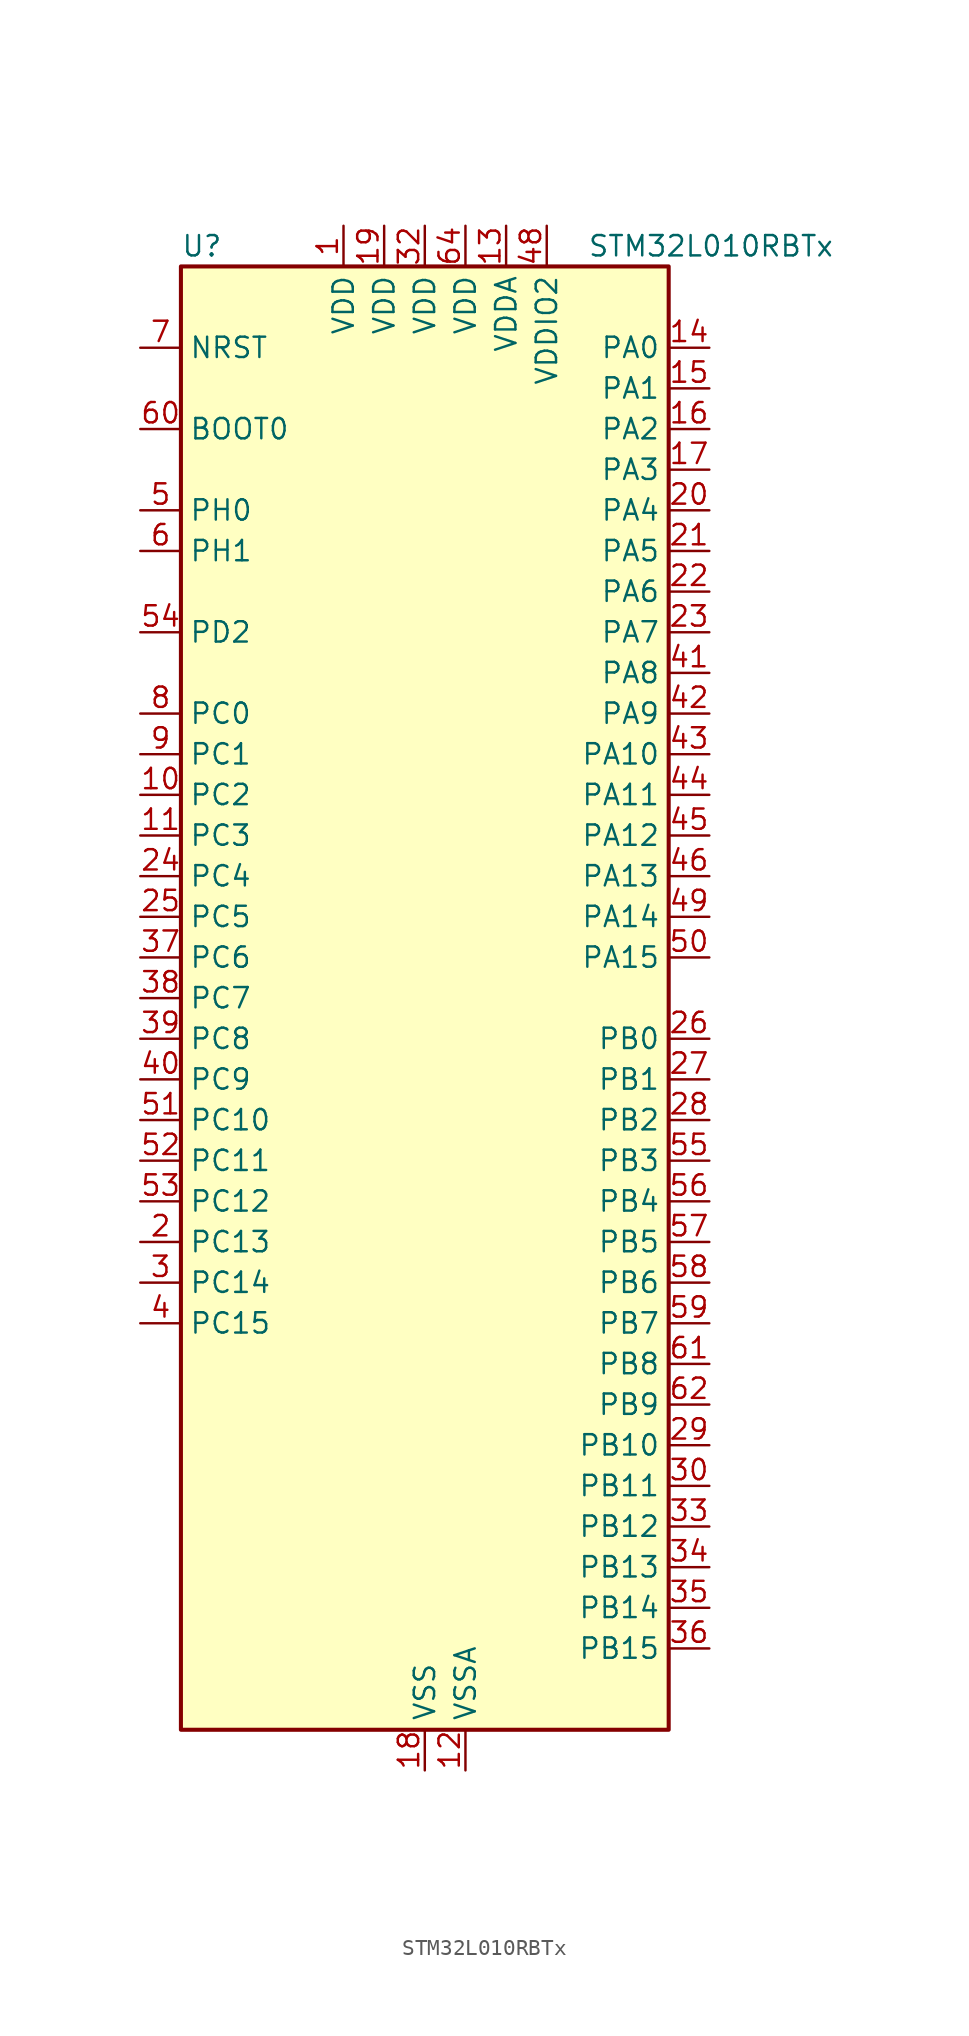
<source format=kicad_sym>
(kicad_symbol_lib
  (version 20241209)
  (generator "kicad_symbol_editor")
  (generator_version "9.0")
  (symbol "STM32L010RBTx"
    (property "Reference" "U"
      (at -15.24 46.99 0)
      (effects (font (size 1.27 1.27)) (justify left)))
    (property "Value" "STM32L010RBTx"
      (at 10.16 46.99 0)
      (effects (font (size 1.27 1.27)) (justify left)))
    (symbol "STM32L010RBTx_0_1"
      (rectangle (start -15.24 -45.72) (end 15.24 45.72) (stroke (width 0.254) (type default)) (fill (type background))))
    (symbol "STM32L010RBTx_1_1"
      (pin input line (at -17.78 40.64 0) (length 2.54) (name "NRST" (effects (font (size 1.27 1.27)))) (number "7" (effects (font (size 1.27 1.27)))))
      (pin input line (at -17.78 35.56 0) (length 2.54) (name "BOOT0" (effects (font (size 1.27 1.27)))) (number "60" (effects (font (size 1.27 1.27)))))
      (pin bidirectional line (at -17.78 30.48 0) (length 2.54) (name "PH0" (effects (font (size 1.27 1.27)))) (number "5" (effects (font (size 1.27 1.27)))) (alternate "RCC_OSC_IN" bidirectional line))
      (pin bidirectional line (at -17.78 27.94 0) (length 2.54) (name "PH1" (effects (font (size 1.27 1.27)))) (number "6" (effects (font (size 1.27 1.27)))) (alternate "RCC_OSC_OUT" bidirectional line))
      (pin bidirectional line (at -17.78 22.86 0) (length 2.54) (name "PD2" (effects (font (size 1.27 1.27)))) (number "54" (effects (font (size 1.27 1.27)))) (alternate "LPUART1_DE" bidirectional line) (alternate "LPUART1_RTS" bidirectional line))
      (pin bidirectional line (at -17.78 17.78 0) (length 2.54) (name "PC0" (effects (font (size 1.27 1.27)))) (number "8" (effects (font (size 1.27 1.27)))) (alternate "ADC_IN10" bidirectional line) (alternate "LPTIM1_IN1" bidirectional line) (alternate "LPUART1_RX" bidirectional line))
      (pin bidirectional line (at -17.78 15.24 0) (length 2.54) (name "PC1" (effects (font (size 1.27 1.27)))) (number "9" (effects (font (size 1.27 1.27)))) (alternate "ADC_IN11" bidirectional line) (alternate "LPTIM1_OUT" bidirectional line) (alternate "LPUART1_TX" bidirectional line))
      (pin bidirectional line (at -17.78 12.7 0) (length 2.54) (name "PC2" (effects (font (size 1.27 1.27)))) (number "10" (effects (font (size 1.27 1.27)))) (alternate "ADC_IN12" bidirectional line) (alternate "LPTIM1_IN2" bidirectional line))
      (pin bidirectional line (at -17.78 10.16 0) (length 2.54) (name "PC3" (effects (font (size 1.27 1.27)))) (number "11" (effects (font (size 1.27 1.27)))) (alternate "ADC_IN13" bidirectional line) (alternate "LPTIM1_ETR" bidirectional line))
      (pin bidirectional line (at -17.78 7.62 0) (length 2.54) (name "PC4" (effects (font (size 1.27 1.27)))) (number "24" (effects (font (size 1.27 1.27)))) (alternate "ADC_IN14" bidirectional line) (alternate "LPUART1_TX" bidirectional line))
      (pin bidirectional line (at -17.78 5.08 0) (length 2.54) (name "PC5" (effects (font (size 1.27 1.27)))) (number "25" (effects (font (size 1.27 1.27)))) (alternate "ADC_IN15" bidirectional line) (alternate "LPUART1_RX" bidirectional line))
      (pin bidirectional line (at -17.78 2.54 0) (length 2.54) (name "PC6" (effects (font (size 1.27 1.27)))) (number "37" (effects (font (size 1.27 1.27)))) (alternate "TIM22_CH1" bidirectional line))
      (pin bidirectional line (at -17.78 0 0) (length 2.54) (name "PC7" (effects (font (size 1.27 1.27)))) (number "38" (effects (font (size 1.27 1.27)))) (alternate "TIM22_CH2" bidirectional line))
      (pin bidirectional line (at -17.78 -2.54 0) (length 2.54) (name "PC8" (effects (font (size 1.27 1.27)))) (number "39" (effects (font (size 1.27 1.27)))) (alternate "TIM22_ETR" bidirectional line))
      (pin bidirectional line (at -17.78 -5.08 0) (length 2.54) (name "PC9" (effects (font (size 1.27 1.27)))) (number "40" (effects (font (size 1.27 1.27)))) (alternate "TIM21_ETR" bidirectional line))
      (pin bidirectional line (at -17.78 -7.62 0) (length 2.54) (name "PC10" (effects (font (size 1.27 1.27)))) (number "51" (effects (font (size 1.27 1.27)))) (alternate "LPUART1_TX" bidirectional line))
      (pin bidirectional line (at -17.78 -10.16 0) (length 2.54) (name "PC11" (effects (font (size 1.27 1.27)))) (number "52" (effects (font (size 1.27 1.27)))) (alternate "ADC_EXTI11" bidirectional line) (alternate "LPUART1_RX" bidirectional line))
      (pin bidirectional line (at -17.78 -12.7 0) (length 2.54) (name "PC12" (effects (font (size 1.27 1.27)))) (number "53" (effects (font (size 1.27 1.27)))))
      (pin bidirectional line (at -17.78 -15.24 0) (length 2.54) (name "PC13" (effects (font (size 1.27 1.27)))) (number "2" (effects (font (size 1.27 1.27)))) (alternate "RTC_OUT_ALARM" bidirectional line) (alternate "RTC_OUT_CALIB" bidirectional line) (alternate "RTC_TAMP1" bidirectional line) (alternate "RTC_TS" bidirectional line) (alternate "SYS_WKUP2" bidirectional line))
      (pin bidirectional line (at -17.78 -17.78 0) (length 2.54) (name "PC14" (effects (font (size 1.27 1.27)))) (number "3" (effects (font (size 1.27 1.27)))) (alternate "RCC_OSC32_IN" bidirectional line))
      (pin bidirectional line (at -17.78 -20.32 0) (length 2.54) (name "PC15" (effects (font (size 1.27 1.27)))) (number "4" (effects (font (size 1.27 1.27)))) (alternate "RCC_OSC32_OUT" bidirectional line))
      (pin power_in line (at -5.08 48.26 270) (length 2.54) (name "VDD" (effects (font (size 1.27 1.27)))) (number "1" (effects (font (size 1.27 1.27)))))
      (pin power_in line (at -2.54 48.26 270) (length 2.54) (name "VDD" (effects (font (size 1.27 1.27)))) (number "19" (effects (font (size 1.27 1.27)))))
      (pin power_in line (at 0 48.26 270) (length 2.54) (name "VDD" (effects (font (size 1.27 1.27)))) (number "32" (effects (font (size 1.27 1.27)))))
      (pin power_in line (at 0 -48.26 90) (length 2.54) (name "VSS" (effects (font (size 1.27 1.27)))) (number "18" (effects (font (size 1.27 1.27)))))
      (pin passive line (at 0 -48.26 90) (length 2.54) (hide yes) (name "VSS" (effects (font (size 1.27 1.27)))) (number "31" (effects (font (size 1.27 1.27)))))
      (pin passive line (at 0 -48.26 90) (length 2.54) (hide yes) (name "VSS" (effects (font (size 1.27 1.27)))) (number "47" (effects (font (size 1.27 1.27)))))
      (pin passive line (at 0 -48.26 90) (length 2.54) (hide yes) (name "VSS" (effects (font (size 1.27 1.27)))) (number "63" (effects (font (size 1.27 1.27)))))
      (pin power_in line (at 2.54 48.26 270) (length 2.54) (name "VDD" (effects (font (size 1.27 1.27)))) (number "64" (effects (font (size 1.27 1.27)))))
      (pin power_in line (at 2.54 -48.26 90) (length 2.54) (name "VSSA" (effects (font (size 1.27 1.27)))) (number "12" (effects (font (size 1.27 1.27)))))
      (pin power_in line (at 5.08 48.26 270) (length 2.54) (name "VDDA" (effects (font (size 1.27 1.27)))) (number "13" (effects (font (size 1.27 1.27)))))
      (pin power_in line (at 7.62 48.26 270) (length 2.54) (name "VDDIO2" (effects (font (size 1.27 1.27)))) (number "48" (effects (font (size 1.27 1.27)))))
      (pin bidirectional line (at 17.78 40.64 180) (length 2.54) (name "PA0" (effects (font (size 1.27 1.27)))) (number "14" (effects (font (size 1.27 1.27)))) (alternate "ADC_IN0" bidirectional line) (alternate "RTC_TAMP2" bidirectional line) (alternate "SYS_WKUP1" bidirectional line) (alternate "TIM2_CH1" bidirectional line) (alternate "TIM2_ETR" bidirectional line) (alternate "USART2_CTS" bidirectional line))
      (pin bidirectional line (at 17.78 38.1 180) (length 2.54) (name "PA1" (effects (font (size 1.27 1.27)))) (number "15" (effects (font (size 1.27 1.27)))) (alternate "ADC_IN1" bidirectional line) (alternate "TIM21_ETR" bidirectional line) (alternate "TIM2_CH2" bidirectional line) (alternate "USART2_DE" bidirectional line) (alternate "USART2_RTS" bidirectional line))
      (pin bidirectional line (at 17.78 35.56 180) (length 2.54) (name "PA2" (effects (font (size 1.27 1.27)))) (number "16" (effects (font (size 1.27 1.27)))) (alternate "ADC_IN2" bidirectional line) (alternate "LPUART1_TX" bidirectional line) (alternate "TIM21_CH1" bidirectional line) (alternate "TIM2_CH3" bidirectional line) (alternate "USART2_TX" bidirectional line))
      (pin bidirectional line (at 17.78 33.02 180) (length 2.54) (name "PA3" (effects (font (size 1.27 1.27)))) (number "17" (effects (font (size 1.27 1.27)))) (alternate "ADC_IN3" bidirectional line) (alternate "LPUART1_RX" bidirectional line) (alternate "TIM21_CH2" bidirectional line) (alternate "TIM2_CH4" bidirectional line) (alternate "USART2_RX" bidirectional line))
      (pin bidirectional line (at 17.78 30.48 180) (length 2.54) (name "PA4" (effects (font (size 1.27 1.27)))) (number "20" (effects (font (size 1.27 1.27)))) (alternate "ADC_IN4" bidirectional line) (alternate "SPI1_NSS" bidirectional line) (alternate "TIM22_ETR" bidirectional line) (alternate "USART2_CK" bidirectional line))
      (pin bidirectional line (at 17.78 27.94 180) (length 2.54) (name "PA5" (effects (font (size 1.27 1.27)))) (number "21" (effects (font (size 1.27 1.27)))) (alternate "ADC_IN5" bidirectional line) (alternate "SPI1_SCK" bidirectional line) (alternate "TIM2_CH1" bidirectional line) (alternate "TIM2_ETR" bidirectional line))
      (pin bidirectional line (at 17.78 25.4 180) (length 2.54) (name "PA6" (effects (font (size 1.27 1.27)))) (number "22" (effects (font (size 1.27 1.27)))) (alternate "ADC_IN6" bidirectional line) (alternate "LPUART1_CTS" bidirectional line) (alternate "SPI1_MISO" bidirectional line) (alternate "TIM22_CH1" bidirectional line))
      (pin bidirectional line (at 17.78 22.86 180) (length 2.54) (name "PA7" (effects (font (size 1.27 1.27)))) (number "23" (effects (font (size 1.27 1.27)))) (alternate "ADC_IN7" bidirectional line) (alternate "SPI1_MOSI" bidirectional line) (alternate "TIM22_CH2" bidirectional line))
      (pin bidirectional line (at 17.78 20.32 180) (length 2.54) (name "PA8" (effects (font (size 1.27 1.27)))) (number "41" (effects (font (size 1.27 1.27)))) (alternate "RCC_MCO" bidirectional line))
      (pin bidirectional line (at 17.78 17.78 180) (length 2.54) (name "PA9" (effects (font (size 1.27 1.27)))) (number "42" (effects (font (size 1.27 1.27)))) (alternate "I2C1_SCL" bidirectional line) (alternate "RCC_MCO" bidirectional line))
      (pin bidirectional line (at 17.78 15.24 180) (length 2.54) (name "PA10" (effects (font (size 1.27 1.27)))) (number "43" (effects (font (size 1.27 1.27)))) (alternate "I2C1_SDA" bidirectional line))
      (pin bidirectional line (at 17.78 12.7 180) (length 2.54) (name "PA11" (effects (font (size 1.27 1.27)))) (number "44" (effects (font (size 1.27 1.27)))) (alternate "ADC_EXTI11" bidirectional line) (alternate "SPI1_MISO" bidirectional line))
      (pin bidirectional line (at 17.78 10.16 180) (length 2.54) (name "PA12" (effects (font (size 1.27 1.27)))) (number "45" (effects (font (size 1.27 1.27)))) (alternate "SPI1_MOSI" bidirectional line))
      (pin bidirectional line (at 17.78 7.62 180) (length 2.54) (name "PA13" (effects (font (size 1.27 1.27)))) (number "46" (effects (font (size 1.27 1.27)))) (alternate "LPUART1_RX" bidirectional line) (alternate "SYS_SWDIO" bidirectional line))
      (pin bidirectional line (at 17.78 5.08 180) (length 2.54) (name "PA14" (effects (font (size 1.27 1.27)))) (number "49" (effects (font (size 1.27 1.27)))) (alternate "LPUART1_TX" bidirectional line) (alternate "SYS_SWCLK" bidirectional line) (alternate "USART2_TX" bidirectional line))
      (pin bidirectional line (at 17.78 2.54 180) (length 2.54) (name "PA15" (effects (font (size 1.27 1.27)))) (number "50" (effects (font (size 1.27 1.27)))) (alternate "SPI1_NSS" bidirectional line) (alternate "TIM2_CH1" bidirectional line) (alternate "TIM2_ETR" bidirectional line) (alternate "USART2_RX" bidirectional line))
      (pin bidirectional line (at 17.78 -2.54 180) (length 2.54) (name "PB0" (effects (font (size 1.27 1.27)))) (number "26" (effects (font (size 1.27 1.27)))) (alternate "ADC_IN8" bidirectional line) (alternate "SYS_VREF_OUT_PB0" bidirectional line))
      (pin bidirectional line (at 17.78 -5.08 180) (length 2.54) (name "PB1" (effects (font (size 1.27 1.27)))) (number "27" (effects (font (size 1.27 1.27)))) (alternate "ADC_IN9" bidirectional line) (alternate "LPUART1_DE" bidirectional line) (alternate "LPUART1_RTS" bidirectional line) (alternate "SYS_VREF_OUT_PB1" bidirectional line))
      (pin bidirectional line (at 17.78 -7.62 180) (length 2.54) (name "PB2" (effects (font (size 1.27 1.27)))) (number "28" (effects (font (size 1.27 1.27)))) (alternate "LPTIM1_OUT" bidirectional line))
      (pin bidirectional line (at 17.78 -10.16 180) (length 2.54) (name "PB3" (effects (font (size 1.27 1.27)))) (number "55" (effects (font (size 1.27 1.27)))) (alternate "SPI1_SCK" bidirectional line) (alternate "TIM2_CH2" bidirectional line))
      (pin bidirectional line (at 17.78 -12.7 180) (length 2.54) (name "PB4" (effects (font (size 1.27 1.27)))) (number "56" (effects (font (size 1.27 1.27)))) (alternate "SPI1_MISO" bidirectional line) (alternate "TIM22_CH1" bidirectional line))
      (pin bidirectional line (at 17.78 -15.24 180) (length 2.54) (name "PB5" (effects (font (size 1.27 1.27)))) (number "57" (effects (font (size 1.27 1.27)))) (alternate "I2C1_SMBA" bidirectional line) (alternate "LPTIM1_IN1" bidirectional line) (alternate "SPI1_MOSI" bidirectional line) (alternate "TIM22_CH2" bidirectional line))
      (pin bidirectional line (at 17.78 -17.78 180) (length 2.54) (name "PB6" (effects (font (size 1.27 1.27)))) (number "58" (effects (font (size 1.27 1.27)))) (alternate "I2C1_SCL" bidirectional line) (alternate "LPTIM1_ETR" bidirectional line))
      (pin bidirectional line (at 17.78 -20.32 180) (length 2.54) (name "PB7" (effects (font (size 1.27 1.27)))) (number "59" (effects (font (size 1.27 1.27)))) (alternate "I2C1_SDA" bidirectional line) (alternate "LPTIM1_IN2" bidirectional line) (alternate "SYS_PVD_IN" bidirectional line))
      (pin bidirectional line (at 17.78 -22.86 180) (length 2.54) (name "PB8" (effects (font (size 1.27 1.27)))) (number "61" (effects (font (size 1.27 1.27)))) (alternate "I2C1_SCL" bidirectional line))
      (pin bidirectional line (at 17.78 -25.4 180) (length 2.54) (name "PB9" (effects (font (size 1.27 1.27)))) (number "62" (effects (font (size 1.27 1.27)))) (alternate "I2C1_SDA" bidirectional line))
      (pin bidirectional line (at 17.78 -27.94 180) (length 2.54) (name "PB10" (effects (font (size 1.27 1.27)))) (number "29" (effects (font (size 1.27 1.27)))) (alternate "LPUART1_RX" bidirectional line) (alternate "LPUART1_TX" bidirectional line) (alternate "TIM2_CH3" bidirectional line))
      (pin bidirectional line (at 17.78 -30.48 180) (length 2.54) (name "PB11" (effects (font (size 1.27 1.27)))) (number "30" (effects (font (size 1.27 1.27)))) (alternate "ADC_EXTI11" bidirectional line) (alternate "LPUART1_RX" bidirectional line) (alternate "LPUART1_TX" bidirectional line) (alternate "TIM2_CH4" bidirectional line))
      (pin bidirectional line (at 17.78 -33.02 180) (length 2.54) (name "PB12" (effects (font (size 1.27 1.27)))) (number "33" (effects (font (size 1.27 1.27)))) (alternate "LPUART1_DE" bidirectional line) (alternate "LPUART1_RTS" bidirectional line))
      (pin bidirectional line (at 17.78 -35.56 180) (length 2.54) (name "PB13" (effects (font (size 1.27 1.27)))) (number "34" (effects (font (size 1.27 1.27)))) (alternate "LPUART1_CTS" bidirectional line) (alternate "RCC_MCO" bidirectional line) (alternate "TIM21_CH1" bidirectional line))
      (pin bidirectional line (at 17.78 -38.1 180) (length 2.54) (name "PB14" (effects (font (size 1.27 1.27)))) (number "35" (effects (font (size 1.27 1.27)))) (alternate "LPUART1_DE" bidirectional line) (alternate "LPUART1_RTS" bidirectional line) (alternate "RTC_OUT_ALARM" bidirectional line) (alternate "RTC_OUT_CALIB" bidirectional line) (alternate "TIM21_CH2" bidirectional line))
      (pin bidirectional line (at 17.78 -40.64 180) (length 2.54) (name "PB15" (effects (font (size 1.27 1.27)))) (number "36" (effects (font (size 1.27 1.27)))) (alternate "RTC_REFIN" bidirectional line)))))
</source>
